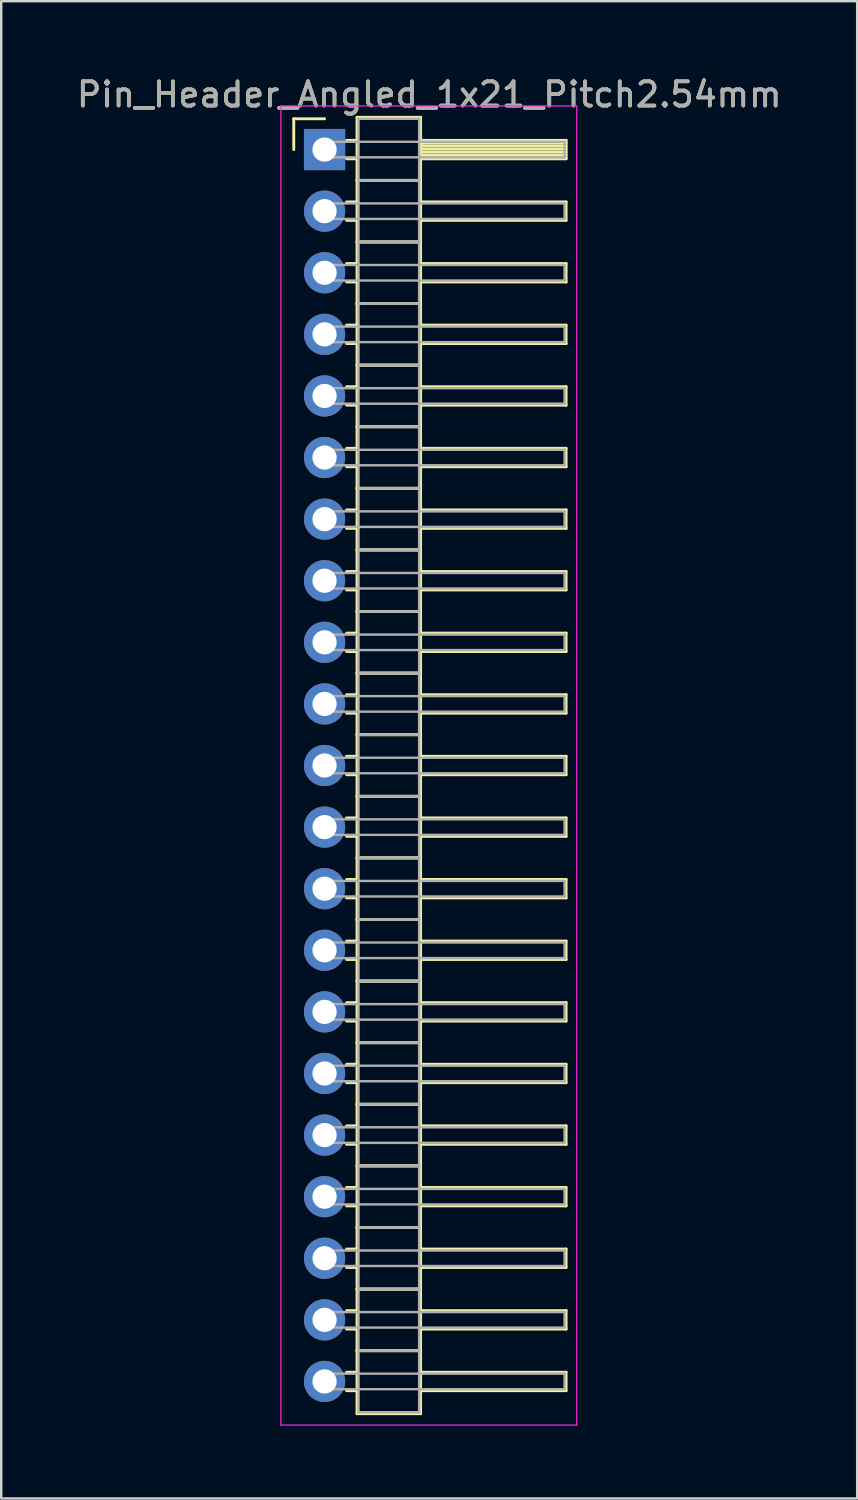
<source format=kicad_pcb>
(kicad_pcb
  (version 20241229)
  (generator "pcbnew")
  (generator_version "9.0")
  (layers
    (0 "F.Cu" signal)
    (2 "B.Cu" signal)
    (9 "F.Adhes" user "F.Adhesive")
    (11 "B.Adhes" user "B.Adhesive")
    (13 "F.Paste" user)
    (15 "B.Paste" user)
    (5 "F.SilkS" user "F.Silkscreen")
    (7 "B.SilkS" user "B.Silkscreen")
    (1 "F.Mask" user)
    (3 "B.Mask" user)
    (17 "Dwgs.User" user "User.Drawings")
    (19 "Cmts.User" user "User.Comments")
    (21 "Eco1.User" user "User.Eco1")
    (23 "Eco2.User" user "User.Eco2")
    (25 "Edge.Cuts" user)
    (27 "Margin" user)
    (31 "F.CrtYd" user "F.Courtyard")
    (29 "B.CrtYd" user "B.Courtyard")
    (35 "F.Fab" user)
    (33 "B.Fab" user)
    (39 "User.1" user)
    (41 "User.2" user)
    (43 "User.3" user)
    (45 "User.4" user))
  (footprint "Pin_Header_Angled_1x21_Pitch2.54mm"
    (layer "F.Cu")
    (at 10.334 3.118)
    (property "Reference" "Pin_Header_Angled_1x21_Pitch2.54mm" (at 4.315 -2.27 0) (layer "F.SilkS") (effects (font (size 1 1) (thickness 0.15))))
    (attr through_hole)
    (fp_line (start -1.27 -1.27) (end 0 -1.27) (stroke (width 0.12) (type solid)) (layer "F.SilkS"))
    (fp_line (start -1.27 0) (end -1.27 -1.27) (stroke (width 0.12) (type solid)) (layer "F.SilkS"))
    (fp_line (start 0.91 -0.38) (end 1.34 -0.38) (stroke (width 0.12) (type solid)) (layer "F.SilkS"))
    (fp_line (start 0.91 0.38) (end 1.34 0.38) (stroke (width 0.12) (type solid)) (layer "F.SilkS"))
    (fp_line (start 0.91 2.16) (end 1.34 2.16) (stroke (width 0.12) (type solid)) (layer "F.SilkS"))
    (fp_line (start 0.91 2.92) (end 1.34 2.92) (stroke (width 0.12) (type solid)) (layer "F.SilkS"))
    (fp_line (start 0.91 4.7) (end 1.34 4.7) (stroke (width 0.12) (type solid)) (layer "F.SilkS"))
    (fp_line (start 0.91 5.46) (end 1.34 5.46) (stroke (width 0.12) (type solid)) (layer "F.SilkS"))
    (fp_line (start 0.91 7.24) (end 1.34 7.24) (stroke (width 0.12) (type solid)) (layer "F.SilkS"))
    (fp_line (start 0.91 8) (end 1.34 8) (stroke (width 0.12) (type solid)) (layer "F.SilkS"))
    (fp_line (start 0.91 9.78) (end 1.34 9.78) (stroke (width 0.12) (type solid)) (layer "F.SilkS"))
    (fp_line (start 0.91 10.54) (end 1.34 10.54) (stroke (width 0.12) (type solid)) (layer "F.SilkS"))
    (fp_line (start 0.91 12.32) (end 1.34 12.32) (stroke (width 0.12) (type solid)) (layer "F.SilkS"))
    (fp_line (start 0.91 13.08) (end 1.34 13.08) (stroke (width 0.12) (type solid)) (layer "F.SilkS"))
    (fp_line (start 0.91 14.86) (end 1.34 14.86) (stroke (width 0.12) (type solid)) (layer "F.SilkS"))
    (fp_line (start 0.91 15.62) (end 1.34 15.62) (stroke (width 0.12) (type solid)) (layer "F.SilkS"))
    (fp_line (start 0.91 17.4) (end 1.34 17.4) (stroke (width 0.12) (type solid)) (layer "F.SilkS"))
    (fp_line (start 0.91 18.16) (end 1.34 18.16) (stroke (width 0.12) (type solid)) (layer "F.SilkS"))
    (fp_line (start 0.91 19.94) (end 1.34 19.94) (stroke (width 0.12) (type solid)) (layer "F.SilkS"))
    (fp_line (start 0.91 20.7) (end 1.34 20.7) (stroke (width 0.12) (type solid)) (layer "F.SilkS"))
    (fp_line (start 0.91 22.48) (end 1.34 22.48) (stroke (width 0.12) (type solid)) (layer "F.SilkS"))
    (fp_line (start 0.91 23.24) (end 1.34 23.24) (stroke (width 0.12) (type solid)) (layer "F.SilkS"))
    (fp_line (start 0.91 25.02) (end 1.34 25.02) (stroke (width 0.12) (type solid)) (layer "F.SilkS"))
    (fp_line (start 0.91 25.78) (end 1.34 25.78) (stroke (width 0.12) (type solid)) (layer "F.SilkS"))
    (fp_line (start 0.91 27.56) (end 1.34 27.56) (stroke (width 0.12) (type solid)) (layer "F.SilkS"))
    (fp_line (start 0.91 28.32) (end 1.34 28.32) (stroke (width 0.12) (type solid)) (layer "F.SilkS"))
    (fp_line (start 0.91 30.1) (end 1.34 30.1) (stroke (width 0.12) (type solid)) (layer "F.SilkS"))
    (fp_line (start 0.91 30.86) (end 1.34 30.86) (stroke (width 0.12) (type solid)) (layer "F.SilkS"))
    (fp_line (start 0.91 32.64) (end 1.34 32.64) (stroke (width 0.12) (type solid)) (layer "F.SilkS"))
    (fp_line (start 0.91 33.4) (end 1.34 33.4) (stroke (width 0.12) (type solid)) (layer "F.SilkS"))
    (fp_line (start 0.91 35.18) (end 1.34 35.18) (stroke (width 0.12) (type solid)) (layer "F.SilkS"))
    (fp_line (start 0.91 35.94) (end 1.34 35.94) (stroke (width 0.12) (type solid)) (layer "F.SilkS"))
    (fp_line (start 0.91 37.72) (end 1.34 37.72) (stroke (width 0.12) (type solid)) (layer "F.SilkS"))
    (fp_line (start 0.91 38.48) (end 1.34 38.48) (stroke (width 0.12) (type solid)) (layer "F.SilkS"))
    (fp_line (start 0.91 40.26) (end 1.34 40.26) (stroke (width 0.12) (type solid)) (layer "F.SilkS"))
    (fp_line (start 0.91 41.02) (end 1.34 41.02) (stroke (width 0.12) (type solid)) (layer "F.SilkS"))
    (fp_line (start 0.91 42.8) (end 1.34 42.8) (stroke (width 0.12) (type solid)) (layer "F.SilkS"))
    (fp_line (start 0.91 43.56) (end 1.34 43.56) (stroke (width 0.12) (type solid)) (layer "F.SilkS"))
    (fp_line (start 0.91 45.34) (end 1.34 45.34) (stroke (width 0.12) (type solid)) (layer "F.SilkS"))
    (fp_line (start 0.91 46.1) (end 1.34 46.1) (stroke (width 0.12) (type solid)) (layer "F.SilkS"))
    (fp_line (start 0.91 47.88) (end 1.34 47.88) (stroke (width 0.12) (type solid)) (layer "F.SilkS"))
    (fp_line (start 0.91 48.64) (end 1.34 48.64) (stroke (width 0.12) (type solid)) (layer "F.SilkS"))
    (fp_line (start 0.91 50.42) (end 1.34 50.42) (stroke (width 0.12) (type solid)) (layer "F.SilkS"))
    (fp_line (start 0.91 51.18) (end 1.34 51.18) (stroke (width 0.12) (type solid)) (layer "F.SilkS"))
    (fp_line (start 1.34 -1.33) (end 1.34 1.27) (stroke (width 0.12) (type solid)) (layer "F.SilkS"))
    (fp_line (start 1.34 1.27) (end 1.34 3.81) (stroke (width 0.12) (type solid)) (layer "F.SilkS"))
    (fp_line (start 1.34 1.27) (end 3.96 1.27) (stroke (width 0.12) (type solid)) (layer "F.SilkS"))
    (fp_line (start 1.34 3.81) (end 1.34 6.35) (stroke (width 0.12) (type solid)) (layer "F.SilkS"))
    (fp_line (start 1.34 3.81) (end 3.96 3.81) (stroke (width 0.12) (type solid)) (layer "F.SilkS"))
    (fp_line (start 1.34 6.35) (end 1.34 8.89) (stroke (width 0.12) (type solid)) (layer "F.SilkS"))
    (fp_line (start 1.34 6.35) (end 3.96 6.35) (stroke (width 0.12) (type solid)) (layer "F.SilkS"))
    (fp_line (start 1.34 8.89) (end 1.34 11.43) (stroke (width 0.12) (type solid)) (layer "F.SilkS"))
    (fp_line (start 1.34 8.89) (end 3.96 8.89) (stroke (width 0.12) (type solid)) (layer "F.SilkS"))
    (fp_line (start 1.34 11.43) (end 1.34 13.97) (stroke (width 0.12) (type solid)) (layer "F.SilkS"))
    (fp_line (start 1.34 11.43) (end 3.96 11.43) (stroke (width 0.12) (type solid)) (layer "F.SilkS"))
    (fp_line (start 1.34 13.97) (end 1.34 16.51) (stroke (width 0.12) (type solid)) (layer "F.SilkS"))
    (fp_line (start 1.34 13.97) (end 3.96 13.97) (stroke (width 0.12) (type solid)) (layer "F.SilkS"))
    (fp_line (start 1.34 16.51) (end 1.34 19.05) (stroke (width 0.12) (type solid)) (layer "F.SilkS"))
    (fp_line (start 1.34 16.51) (end 3.96 16.51) (stroke (width 0.12) (type solid)) (layer "F.SilkS"))
    (fp_line (start 1.34 19.05) (end 1.34 21.59) (stroke (width 0.12) (type solid)) (layer "F.SilkS"))
    (fp_line (start 1.34 19.05) (end 3.96 19.05) (stroke (width 0.12) (type solid)) (layer "F.SilkS"))
    (fp_line (start 1.34 21.59) (end 1.34 24.13) (stroke (width 0.12) (type solid)) (layer "F.SilkS"))
    (fp_line (start 1.34 21.59) (end 3.96 21.59) (stroke (width 0.12) (type solid)) (layer "F.SilkS"))
    (fp_line (start 1.34 24.13) (end 1.34 26.67) (stroke (width 0.12) (type solid)) (layer "F.SilkS"))
    (fp_line (start 1.34 24.13) (end 3.96 24.13) (stroke (width 0.12) (type solid)) (layer "F.SilkS"))
    (fp_line (start 1.34 26.67) (end 1.34 29.21) (stroke (width 0.12) (type solid)) (layer "F.SilkS"))
    (fp_line (start 1.34 26.67) (end 3.96 26.67) (stroke (width 0.12) (type solid)) (layer "F.SilkS"))
    (fp_line (start 1.34 29.21) (end 1.34 31.75) (stroke (width 0.12) (type solid)) (layer "F.SilkS"))
    (fp_line (start 1.34 29.21) (end 3.96 29.21) (stroke (width 0.12) (type solid)) (layer "F.SilkS"))
    (fp_line (start 1.34 31.75) (end 1.34 34.29) (stroke (width 0.12) (type solid)) (layer "F.SilkS"))
    (fp_line (start 1.34 31.75) (end 3.96 31.75) (stroke (width 0.12) (type solid)) (layer "F.SilkS"))
    (fp_line (start 1.34 34.29) (end 1.34 36.83) (stroke (width 0.12) (type solid)) (layer "F.SilkS"))
    (fp_line (start 1.34 34.29) (end 3.96 34.29) (stroke (width 0.12) (type solid)) (layer "F.SilkS"))
    (fp_line (start 1.34 36.83) (end 1.34 39.37) (stroke (width 0.12) (type solid)) (layer "F.SilkS"))
    (fp_line (start 1.34 36.83) (end 3.96 36.83) (stroke (width 0.12) (type solid)) (layer "F.SilkS"))
    (fp_line (start 1.34 39.37) (end 1.34 41.91) (stroke (width 0.12) (type solid)) (layer "F.SilkS"))
    (fp_line (start 1.34 39.37) (end 3.96 39.37) (stroke (width 0.12) (type solid)) (layer "F.SilkS"))
    (fp_line (start 1.34 41.91) (end 1.34 44.45) (stroke (width 0.12) (type solid)) (layer "F.SilkS"))
    (fp_line (start 1.34 41.91) (end 3.96 41.91) (stroke (width 0.12) (type solid)) (layer "F.SilkS"))
    (fp_line (start 1.34 44.45) (end 1.34 46.99) (stroke (width 0.12) (type solid)) (layer "F.SilkS"))
    (fp_line (start 1.34 44.45) (end 3.96 44.45) (stroke (width 0.12) (type solid)) (layer "F.SilkS"))
    (fp_line (start 1.34 46.99) (end 1.34 49.53) (stroke (width 0.12) (type solid)) (layer "F.SilkS"))
    (fp_line (start 1.34 46.99) (end 3.96 46.99) (stroke (width 0.12) (type solid)) (layer "F.SilkS"))
    (fp_line (start 1.34 49.53) (end 1.34 52.13) (stroke (width 0.12) (type solid)) (layer "F.SilkS"))
    (fp_line (start 1.34 49.53) (end 3.96 49.53) (stroke (width 0.12) (type solid)) (layer "F.SilkS"))
    (fp_line (start 1.34 52.13) (end 3.96 52.13) (stroke (width 0.12) (type solid)) (layer "F.SilkS"))
    (fp_line (start 3.96 -1.33) (end 1.34 -1.33) (stroke (width 0.12) (type solid)) (layer "F.SilkS"))
    (fp_line (start 3.96 -0.38) (end 3.96 0.38) (stroke (width 0.12) (type solid)) (layer "F.SilkS"))
    (fp_line (start 3.96 -0.26) (end 9.96 -0.26) (stroke (width 0.12) (type solid)) (layer "F.SilkS"))
    (fp_line (start 3.96 -0.14) (end 9.96 -0.14) (stroke (width 0.12) (type solid)) (layer "F.SilkS"))
    (fp_line (start 3.96 -0.02) (end 9.96 -0.02) (stroke (width 0.12) (type solid)) (layer "F.SilkS"))
    (fp_line (start 3.96 0.1) (end 9.96 0.1) (stroke (width 0.12) (type solid)) (layer "F.SilkS"))
    (fp_line (start 3.96 0.22) (end 9.96 0.22) (stroke (width 0.12) (type solid)) (layer "F.SilkS"))
    (fp_line (start 3.96 0.34) (end 9.96 0.34) (stroke (width 0.12) (type solid)) (layer "F.SilkS"))
    (fp_line (start 3.96 0.38) (end 9.96 0.38) (stroke (width 0.12) (type solid)) (layer "F.SilkS"))
    (fp_line (start 3.96 1.27) (end 1.34 1.27) (stroke (width 0.12) (type solid)) (layer "F.SilkS"))
    (fp_line (start 3.96 1.27) (end 3.96 -1.33) (stroke (width 0.12) (type solid)) (layer "F.SilkS"))
    (fp_line (start 3.96 2.16) (end 3.96 2.92) (stroke (width 0.12) (type solid)) (layer "F.SilkS"))
    (fp_line (start 3.96 2.92) (end 9.96 2.92) (stroke (width 0.12) (type solid)) (layer "F.SilkS"))
    (fp_line (start 3.96 3.81) (end 1.34 3.81) (stroke (width 0.12) (type solid)) (layer "F.SilkS"))
    (fp_line (start 3.96 3.81) (end 3.96 1.27) (stroke (width 0.12) (type solid)) (layer "F.SilkS"))
    (fp_line (start 3.96 4.7) (end 3.96 5.46) (stroke (width 0.12) (type solid)) (layer "F.SilkS"))
    (fp_line (start 3.96 5.46) (end 9.96 5.46) (stroke (width 0.12) (type solid)) (layer "F.SilkS"))
    (fp_line (start 3.96 6.35) (end 1.34 6.35) (stroke (width 0.12) (type solid)) (layer "F.SilkS"))
    (fp_line (start 3.96 6.35) (end 3.96 3.81) (stroke (width 0.12) (type solid)) (layer "F.SilkS"))
    (fp_line (start 3.96 7.24) (end 3.96 8) (stroke (width 0.12) (type solid)) (layer "F.SilkS"))
    (fp_line (start 3.96 8) (end 9.96 8) (stroke (width 0.12) (type solid)) (layer "F.SilkS"))
    (fp_line (start 3.96 8.89) (end 1.34 8.89) (stroke (width 0.12) (type solid)) (layer "F.SilkS"))
    (fp_line (start 3.96 8.89) (end 3.96 6.35) (stroke (width 0.12) (type solid)) (layer "F.SilkS"))
    (fp_line (start 3.96 9.78) (end 3.96 10.54) (stroke (width 0.12) (type solid)) (layer "F.SilkS"))
    (fp_line (start 3.96 10.54) (end 9.96 10.54) (stroke (width 0.12) (type solid)) (layer "F.SilkS"))
    (fp_line (start 3.96 11.43) (end 1.34 11.43) (stroke (width 0.12) (type solid)) (layer "F.SilkS"))
    (fp_line (start 3.96 11.43) (end 3.96 8.89) (stroke (width 0.12) (type solid)) (layer "F.SilkS"))
    (fp_line (start 3.96 12.32) (end 3.96 13.08) (stroke (width 0.12) (type solid)) (layer "F.SilkS"))
    (fp_line (start 3.96 13.08) (end 9.96 13.08) (stroke (width 0.12) (type solid)) (layer "F.SilkS"))
    (fp_line (start 3.96 13.97) (end 1.34 13.97) (stroke (width 0.12) (type solid)) (layer "F.SilkS"))
    (fp_line (start 3.96 13.97) (end 3.96 11.43) (stroke (width 0.12) (type solid)) (layer "F.SilkS"))
    (fp_line (start 3.96 14.86) (end 3.96 15.62) (stroke (width 0.12) (type solid)) (layer "F.SilkS"))
    (fp_line (start 3.96 15.62) (end 9.96 15.62) (stroke (width 0.12) (type solid)) (layer "F.SilkS"))
    (fp_line (start 3.96 16.51) (end 1.34 16.51) (stroke (width 0.12) (type solid)) (layer "F.SilkS"))
    (fp_line (start 3.96 16.51) (end 3.96 13.97) (stroke (width 0.12) (type solid)) (layer "F.SilkS"))
    (fp_line (start 3.96 17.4) (end 3.96 18.16) (stroke (width 0.12) (type solid)) (layer "F.SilkS"))
    (fp_line (start 3.96 18.16) (end 9.96 18.16) (stroke (width 0.12) (type solid)) (layer "F.SilkS"))
    (fp_line (start 3.96 19.05) (end 1.34 19.05) (stroke (width 0.12) (type solid)) (layer "F.SilkS"))
    (fp_line (start 3.96 19.05) (end 3.96 16.51) (stroke (width 0.12) (type solid)) (layer "F.SilkS"))
    (fp_line (start 3.96 19.94) (end 3.96 20.7) (stroke (width 0.12) (type solid)) (layer "F.SilkS"))
    (fp_line (start 3.96 20.7) (end 9.96 20.7) (stroke (width 0.12) (type solid)) (layer "F.SilkS"))
    (fp_line (start 3.96 21.59) (end 1.34 21.59) (stroke (width 0.12) (type solid)) (layer "F.SilkS"))
    (fp_line (start 3.96 21.59) (end 3.96 19.05) (stroke (width 0.12) (type solid)) (layer "F.SilkS"))
    (fp_line (start 3.96 22.48) (end 3.96 23.24) (stroke (width 0.12) (type solid)) (layer "F.SilkS"))
    (fp_line (start 3.96 23.24) (end 9.96 23.24) (stroke (width 0.12) (type solid)) (layer "F.SilkS"))
    (fp_line (start 3.96 24.13) (end 1.34 24.13) (stroke (width 0.12) (type solid)) (layer "F.SilkS"))
    (fp_line (start 3.96 24.13) (end 3.96 21.59) (stroke (width 0.12) (type solid)) (layer "F.SilkS"))
    (fp_line (start 3.96 25.02) (end 3.96 25.78) (stroke (width 0.12) (type solid)) (layer "F.SilkS"))
    (fp_line (start 3.96 25.78) (end 9.96 25.78) (stroke (width 0.12) (type solid)) (layer "F.SilkS"))
    (fp_line (start 3.96 26.67) (end 1.34 26.67) (stroke (width 0.12) (type solid)) (layer "F.SilkS"))
    (fp_line (start 3.96 26.67) (end 3.96 24.13) (stroke (width 0.12) (type solid)) (layer "F.SilkS"))
    (fp_line (start 3.96 27.56) (end 3.96 28.32) (stroke (width 0.12) (type solid)) (layer "F.SilkS"))
    (fp_line (start 3.96 28.32) (end 9.96 28.32) (stroke (width 0.12) (type solid)) (layer "F.SilkS"))
    (fp_line (start 3.96 29.21) (end 1.34 29.21) (stroke (width 0.12) (type solid)) (layer "F.SilkS"))
    (fp_line (start 3.96 29.21) (end 3.96 26.67) (stroke (width 0.12) (type solid)) (layer "F.SilkS"))
    (fp_line (start 3.96 30.1) (end 3.96 30.86) (stroke (width 0.12) (type solid)) (layer "F.SilkS"))
    (fp_line (start 3.96 30.86) (end 9.96 30.86) (stroke (width 0.12) (type solid)) (layer "F.SilkS"))
    (fp_line (start 3.96 31.75) (end 1.34 31.75) (stroke (width 0.12) (type solid)) (layer "F.SilkS"))
    (fp_line (start 3.96 31.75) (end 3.96 29.21) (stroke (width 0.12) (type solid)) (layer "F.SilkS"))
    (fp_line (start 3.96 32.64) (end 3.96 33.4) (stroke (width 0.12) (type solid)) (layer "F.SilkS"))
    (fp_line (start 3.96 33.4) (end 9.96 33.4) (stroke (width 0.12) (type solid)) (layer "F.SilkS"))
    (fp_line (start 3.96 34.29) (end 1.34 34.29) (stroke (width 0.12) (type solid)) (layer "F.SilkS"))
    (fp_line (start 3.96 34.29) (end 3.96 31.75) (stroke (width 0.12) (type solid)) (layer "F.SilkS"))
    (fp_line (start 3.96 35.18) (end 3.96 35.94) (stroke (width 0.12) (type solid)) (layer "F.SilkS"))
    (fp_line (start 3.96 35.94) (end 9.96 35.94) (stroke (width 0.12) (type solid)) (layer "F.SilkS"))
    (fp_line (start 3.96 36.83) (end 1.34 36.83) (stroke (width 0.12) (type solid)) (layer "F.SilkS"))
    (fp_line (start 3.96 36.83) (end 3.96 34.29) (stroke (width 0.12) (type solid)) (layer "F.SilkS"))
    (fp_line (start 3.96 37.72) (end 3.96 38.48) (stroke (width 0.12) (type solid)) (layer "F.SilkS"))
    (fp_line (start 3.96 38.48) (end 9.96 38.48) (stroke (width 0.12) (type solid)) (layer "F.SilkS"))
    (fp_line (start 3.96 39.37) (end 1.34 39.37) (stroke (width 0.12) (type solid)) (layer "F.SilkS"))
    (fp_line (start 3.96 39.37) (end 3.96 36.83) (stroke (width 0.12) (type solid)) (layer "F.SilkS"))
    (fp_line (start 3.96 40.26) (end 3.96 41.02) (stroke (width 0.12) (type solid)) (layer "F.SilkS"))
    (fp_line (start 3.96 41.02) (end 9.96 41.02) (stroke (width 0.12) (type solid)) (layer "F.SilkS"))
    (fp_line (start 3.96 41.91) (end 1.34 41.91) (stroke (width 0.12) (type solid)) (layer "F.SilkS"))
    (fp_line (start 3.96 41.91) (end 3.96 39.37) (stroke (width 0.12) (type solid)) (layer "F.SilkS"))
    (fp_line (start 3.96 42.8) (end 3.96 43.56) (stroke (width 0.12) (type solid)) (layer "F.SilkS"))
    (fp_line (start 3.96 43.56) (end 9.96 43.56) (stroke (width 0.12) (type solid)) (layer "F.SilkS"))
    (fp_line (start 3.96 44.45) (end 1.34 44.45) (stroke (width 0.12) (type solid)) (layer "F.SilkS"))
    (fp_line (start 3.96 44.45) (end 3.96 41.91) (stroke (width 0.12) (type solid)) (layer "F.SilkS"))
    (fp_line (start 3.96 45.34) (end 3.96 46.1) (stroke (width 0.12) (type solid)) (layer "F.SilkS"))
    (fp_line (start 3.96 46.1) (end 9.96 46.1) (stroke (width 0.12) (type solid)) (layer "F.SilkS"))
    (fp_line (start 3.96 46.99) (end 1.34 46.99) (stroke (width 0.12) (type solid)) (layer "F.SilkS"))
    (fp_line (start 3.96 46.99) (end 3.96 44.45) (stroke (width 0.12) (type solid)) (layer "F.SilkS"))
    (fp_line (start 3.96 47.88) (end 3.96 48.64) (stroke (width 0.12) (type solid)) (layer "F.SilkS"))
    (fp_line (start 3.96 48.64) (end 9.96 48.64) (stroke (width 0.12) (type solid)) (layer "F.SilkS"))
    (fp_line (start 3.96 49.53) (end 1.34 49.53) (stroke (width 0.12) (type solid)) (layer "F.SilkS"))
    (fp_line (start 3.96 49.53) (end 3.96 46.99) (stroke (width 0.12) (type solid)) (layer "F.SilkS"))
    (fp_line (start 3.96 50.42) (end 3.96 51.18) (stroke (width 0.12) (type solid)) (layer "F.SilkS"))
    (fp_line (start 3.96 51.18) (end 9.96 51.18) (stroke (width 0.12) (type solid)) (layer "F.SilkS"))
    (fp_line (start 3.96 52.13) (end 3.96 49.53) (stroke (width 0.12) (type solid)) (layer "F.SilkS"))
    (fp_line (start 9.96 -0.38) (end 3.96 -0.38) (stroke (width 0.12) (type solid)) (layer "F.SilkS"))
    (fp_line (start 9.96 0.38) (end 9.96 -0.38) (stroke (width 0.12) (type solid)) (layer "F.SilkS"))
    (fp_line (start 9.96 2.16) (end 3.96 2.16) (stroke (width 0.12) (type solid)) (layer "F.SilkS"))
    (fp_line (start 9.96 2.92) (end 9.96 2.16) (stroke (width 0.12) (type solid)) (layer "F.SilkS"))
    (fp_line (start 9.96 4.7) (end 3.96 4.7) (stroke (width 0.12) (type solid)) (layer "F.SilkS"))
    (fp_line (start 9.96 5.46) (end 9.96 4.7) (stroke (width 0.12) (type solid)) (layer "F.SilkS"))
    (fp_line (start 9.96 7.24) (end 3.96 7.24) (stroke (width 0.12) (type solid)) (layer "F.SilkS"))
    (fp_line (start 9.96 8) (end 9.96 7.24) (stroke (width 0.12) (type solid)) (layer "F.SilkS"))
    (fp_line (start 9.96 9.78) (end 3.96 9.78) (stroke (width 0.12) (type solid)) (layer "F.SilkS"))
    (fp_line (start 9.96 10.54) (end 9.96 9.78) (stroke (width 0.12) (type solid)) (layer "F.SilkS"))
    (fp_line (start 9.96 12.32) (end 3.96 12.32) (stroke (width 0.12) (type solid)) (layer "F.SilkS"))
    (fp_line (start 9.96 13.08) (end 9.96 12.32) (stroke (width 0.12) (type solid)) (layer "F.SilkS"))
    (fp_line (start 9.96 14.86) (end 3.96 14.86) (stroke (width 0.12) (type solid)) (layer "F.SilkS"))
    (fp_line (start 9.96 15.62) (end 9.96 14.86) (stroke (width 0.12) (type solid)) (layer "F.SilkS"))
    (fp_line (start 9.96 17.4) (end 3.96 17.4) (stroke (width 0.12) (type solid)) (layer "F.SilkS"))
    (fp_line (start 9.96 18.16) (end 9.96 17.4) (stroke (width 0.12) (type solid)) (layer "F.SilkS"))
    (fp_line (start 9.96 19.94) (end 3.96 19.94) (stroke (width 0.12) (type solid)) (layer "F.SilkS"))
    (fp_line (start 9.96 20.7) (end 9.96 19.94) (stroke (width 0.12) (type solid)) (layer "F.SilkS"))
    (fp_line (start 9.96 22.48) (end 3.96 22.48) (stroke (width 0.12) (type solid)) (layer "F.SilkS"))
    (fp_line (start 9.96 23.24) (end 9.96 22.48) (stroke (width 0.12) (type solid)) (layer "F.SilkS"))
    (fp_line (start 9.96 25.02) (end 3.96 25.02) (stroke (width 0.12) (type solid)) (layer "F.SilkS"))
    (fp_line (start 9.96 25.78) (end 9.96 25.02) (stroke (width 0.12) (type solid)) (layer "F.SilkS"))
    (fp_line (start 9.96 27.56) (end 3.96 27.56) (stroke (width 0.12) (type solid)) (layer "F.SilkS"))
    (fp_line (start 9.96 28.32) (end 9.96 27.56) (stroke (width 0.12) (type solid)) (layer "F.SilkS"))
    (fp_line (start 9.96 30.1) (end 3.96 30.1) (stroke (width 0.12) (type solid)) (layer "F.SilkS"))
    (fp_line (start 9.96 30.86) (end 9.96 30.1) (stroke (width 0.12) (type solid)) (layer "F.SilkS"))
    (fp_line (start 9.96 32.64) (end 3.96 32.64) (stroke (width 0.12) (type solid)) (layer "F.SilkS"))
    (fp_line (start 9.96 33.4) (end 9.96 32.64) (stroke (width 0.12) (type solid)) (layer "F.SilkS"))
    (fp_line (start 9.96 35.18) (end 3.96 35.18) (stroke (width 0.12) (type solid)) (layer "F.SilkS"))
    (fp_line (start 9.96 35.94) (end 9.96 35.18) (stroke (width 0.12) (type solid)) (layer "F.SilkS"))
    (fp_line (start 9.96 37.72) (end 3.96 37.72) (stroke (width 0.12) (type solid)) (layer "F.SilkS"))
    (fp_line (start 9.96 38.48) (end 9.96 37.72) (stroke (width 0.12) (type solid)) (layer "F.SilkS"))
    (fp_line (start 9.96 40.26) (end 3.96 40.26) (stroke (width 0.12) (type solid)) (layer "F.SilkS"))
    (fp_line (start 9.96 41.02) (end 9.96 40.26) (stroke (width 0.12) (type solid)) (layer "F.SilkS"))
    (fp_line (start 9.96 42.8) (end 3.96 42.8) (stroke (width 0.12) (type solid)) (layer "F.SilkS"))
    (fp_line (start 9.96 43.56) (end 9.96 42.8) (stroke (width 0.12) (type solid)) (layer "F.SilkS"))
    (fp_line (start 9.96 45.34) (end 3.96 45.34) (stroke (width 0.12) (type solid)) (layer "F.SilkS"))
    (fp_line (start 9.96 46.1) (end 9.96 45.34) (stroke (width 0.12) (type solid)) (layer "F.SilkS"))
    (fp_line (start 9.96 47.88) (end 3.96 47.88) (stroke (width 0.12) (type solid)) (layer "F.SilkS"))
    (fp_line (start 9.96 48.64) (end 9.96 47.88) (stroke (width 0.12) (type solid)) (layer "F.SilkS"))
    (fp_line (start 9.96 50.42) (end 3.96 50.42) (stroke (width 0.12) (type solid)) (layer "F.SilkS"))
    (fp_line (start 9.96 51.18) (end 9.96 50.42) (stroke (width 0.12) (type solid)) (layer "F.SilkS"))
    (fp_line (start -1.8 -1.8) (end -1.8 52.6) (stroke (width 0.05) (type solid)) (layer "F.CrtYd"))
    (fp_line (start -1.8 52.6) (end 10.4 52.6) (stroke (width 0.05) (type solid)) (layer "F.CrtYd"))
    (fp_line (start 10.4 -1.8) (end -1.8 -1.8) (stroke (width 0.05) (type solid)) (layer "F.CrtYd"))
    (fp_line (start 10.4 52.6) (end 10.4 -1.8) (stroke (width 0.05) (type solid)) (layer "F.CrtYd"))
    (fp_line (start 0 -0.32) (end 0 0.32) (stroke (width 0.1) (type solid)) (layer "F.Fab"))
    (fp_line (start 0 0.32) (end 9.9 0.32) (stroke (width 0.1) (type solid)) (layer "F.Fab"))
    (fp_line (start 0 2.22) (end 0 2.86) (stroke (width 0.1) (type solid)) (layer "F.Fab"))
    (fp_line (start 0 2.86) (end 9.9 2.86) (stroke (width 0.1) (type solid)) (layer "F.Fab"))
    (fp_line (start 0 4.76) (end 0 5.4) (stroke (width 0.1) (type solid)) (layer "F.Fab"))
    (fp_line (start 0 5.4) (end 9.9 5.4) (stroke (width 0.1) (type solid)) (layer "F.Fab"))
    (fp_line (start 0 7.3) (end 0 7.94) (stroke (width 0.1) (type solid)) (layer "F.Fab"))
    (fp_line (start 0 7.94) (end 9.9 7.94) (stroke (width 0.1) (type solid)) (layer "F.Fab"))
    (fp_line (start 0 9.84) (end 0 10.48) (stroke (width 0.1) (type solid)) (layer "F.Fab"))
    (fp_line (start 0 10.48) (end 9.9 10.48) (stroke (width 0.1) (type solid)) (layer "F.Fab"))
    (fp_line (start 0 12.38) (end 0 13.02) (stroke (width 0.1) (type solid)) (layer "F.Fab"))
    (fp_line (start 0 13.02) (end 9.9 13.02) (stroke (width 0.1) (type solid)) (layer "F.Fab"))
    (fp_line (start 0 14.92) (end 0 15.56) (stroke (width 0.1) (type solid)) (layer "F.Fab"))
    (fp_line (start 0 15.56) (end 9.9 15.56) (stroke (width 0.1) (type solid)) (layer "F.Fab"))
    (fp_line (start 0 17.46) (end 0 18.1) (stroke (width 0.1) (type solid)) (layer "F.Fab"))
    (fp_line (start 0 18.1) (end 9.9 18.1) (stroke (width 0.1) (type solid)) (layer "F.Fab"))
    (fp_line (start 0 20) (end 0 20.64) (stroke (width 0.1) (type solid)) (layer "F.Fab"))
    (fp_line (start 0 20.64) (end 9.9 20.64) (stroke (width 0.1) (type solid)) (layer "F.Fab"))
    (fp_line (start 0 22.54) (end 0 23.18) (stroke (width 0.1) (type solid)) (layer "F.Fab"))
    (fp_line (start 0 23.18) (end 9.9 23.18) (stroke (width 0.1) (type solid)) (layer "F.Fab"))
    (fp_line (start 0 25.08) (end 0 25.72) (stroke (width 0.1) (type solid)) (layer "F.Fab"))
    (fp_line (start 0 25.72) (end 9.9 25.72) (stroke (width 0.1) (type solid)) (layer "F.Fab"))
    (fp_line (start 0 27.62) (end 0 28.26) (stroke (width 0.1) (type solid)) (layer "F.Fab"))
    (fp_line (start 0 28.26) (end 9.9 28.26) (stroke (width 0.1) (type solid)) (layer "F.Fab"))
    (fp_line (start 0 30.16) (end 0 30.8) (stroke (width 0.1) (type solid)) (layer "F.Fab"))
    (fp_line (start 0 30.8) (end 9.9 30.8) (stroke (width 0.1) (type solid)) (layer "F.Fab"))
    (fp_line (start 0 32.7) (end 0 33.34) (stroke (width 0.1) (type solid)) (layer "F.Fab"))
    (fp_line (start 0 33.34) (end 9.9 33.34) (stroke (width 0.1) (type solid)) (layer "F.Fab"))
    (fp_line (start 0 35.24) (end 0 35.88) (stroke (width 0.1) (type solid)) (layer "F.Fab"))
    (fp_line (start 0 35.88) (end 9.9 35.88) (stroke (width 0.1) (type solid)) (layer "F.Fab"))
    (fp_line (start 0 37.78) (end 0 38.42) (stroke (width 0.1) (type solid)) (layer "F.Fab"))
    (fp_line (start 0 38.42) (end 9.9 38.42) (stroke (width 0.1) (type solid)) (layer "F.Fab"))
    (fp_line (start 0 40.32) (end 0 40.96) (stroke (width 0.1) (type solid)) (layer "F.Fab"))
    (fp_line (start 0 40.96) (end 9.9 40.96) (stroke (width 0.1) (type solid)) (layer "F.Fab"))
    (fp_line (start 0 42.86) (end 0 43.5) (stroke (width 0.1) (type solid)) (layer "F.Fab"))
    (fp_line (start 0 43.5) (end 9.9 43.5) (stroke (width 0.1) (type solid)) (layer "F.Fab"))
    (fp_line (start 0 45.4) (end 0 46.04) (stroke (width 0.1) (type solid)) (layer "F.Fab"))
    (fp_line (start 0 46.04) (end 9.9 46.04) (stroke (width 0.1) (type solid)) (layer "F.Fab"))
    (fp_line (start 0 47.94) (end 0 48.58) (stroke (width 0.1) (type solid)) (layer "F.Fab"))
    (fp_line (start 0 48.58) (end 9.9 48.58) (stroke (width 0.1) (type solid)) (layer "F.Fab"))
    (fp_line (start 0 50.48) (end 0 51.12) (stroke (width 0.1) (type solid)) (layer "F.Fab"))
    (fp_line (start 0 51.12) (end 9.9 51.12) (stroke (width 0.1) (type solid)) (layer "F.Fab"))
    (fp_line (start 1.4 -1.27) (end 1.4 1.27) (stroke (width 0.1) (type solid)) (layer "F.Fab"))
    (fp_line (start 1.4 1.27) (end 1.4 3.81) (stroke (width 0.1) (type solid)) (layer "F.Fab"))
    (fp_line (start 1.4 1.27) (end 3.9 1.27) (stroke (width 0.1) (type solid)) (layer "F.Fab"))
    (fp_line (start 1.4 3.81) (end 1.4 6.35) (stroke (width 0.1) (type solid)) (layer "F.Fab"))
    (fp_line (start 1.4 3.81) (end 3.9 3.81) (stroke (width 0.1) (type solid)) (layer "F.Fab"))
    (fp_line (start 1.4 6.35) (end 1.4 8.89) (stroke (width 0.1) (type solid)) (layer "F.Fab"))
    (fp_line (start 1.4 6.35) (end 3.9 6.35) (stroke (width 0.1) (type solid)) (layer "F.Fab"))
    (fp_line (start 1.4 8.89) (end 1.4 11.43) (stroke (width 0.1) (type solid)) (layer "F.Fab"))
    (fp_line (start 1.4 8.89) (end 3.9 8.89) (stroke (width 0.1) (type solid)) (layer "F.Fab"))
    (fp_line (start 1.4 11.43) (end 1.4 13.97) (stroke (width 0.1) (type solid)) (layer "F.Fab"))
    (fp_line (start 1.4 11.43) (end 3.9 11.43) (stroke (width 0.1) (type solid)) (layer "F.Fab"))
    (fp_line (start 1.4 13.97) (end 1.4 16.51) (stroke (width 0.1) (type solid)) (layer "F.Fab"))
    (fp_line (start 1.4 13.97) (end 3.9 13.97) (stroke (width 0.1) (type solid)) (layer "F.Fab"))
    (fp_line (start 1.4 16.51) (end 1.4 19.05) (stroke (width 0.1) (type solid)) (layer "F.Fab"))
    (fp_line (start 1.4 16.51) (end 3.9 16.51) (stroke (width 0.1) (type solid)) (layer "F.Fab"))
    (fp_line (start 1.4 19.05) (end 1.4 21.59) (stroke (width 0.1) (type solid)) (layer "F.Fab"))
    (fp_line (start 1.4 19.05) (end 3.9 19.05) (stroke (width 0.1) (type solid)) (layer "F.Fab"))
    (fp_line (start 1.4 21.59) (end 1.4 24.13) (stroke (width 0.1) (type solid)) (layer "F.Fab"))
    (fp_line (start 1.4 21.59) (end 3.9 21.59) (stroke (width 0.1) (type solid)) (layer "F.Fab"))
    (fp_line (start 1.4 24.13) (end 1.4 26.67) (stroke (width 0.1) (type solid)) (layer "F.Fab"))
    (fp_line (start 1.4 24.13) (end 3.9 24.13) (stroke (width 0.1) (type solid)) (layer "F.Fab"))
    (fp_line (start 1.4 26.67) (end 1.4 29.21) (stroke (width 0.1) (type solid)) (layer "F.Fab"))
    (fp_line (start 1.4 26.67) (end 3.9 26.67) (stroke (width 0.1) (type solid)) (layer "F.Fab"))
    (fp_line (start 1.4 29.21) (end 1.4 31.75) (stroke (width 0.1) (type solid)) (layer "F.Fab"))
    (fp_line (start 1.4 29.21) (end 3.9 29.21) (stroke (width 0.1) (type solid)) (layer "F.Fab"))
    (fp_line (start 1.4 31.75) (end 1.4 34.29) (stroke (width 0.1) (type solid)) (layer "F.Fab"))
    (fp_line (start 1.4 31.75) (end 3.9 31.75) (stroke (width 0.1) (type solid)) (layer "F.Fab"))
    (fp_line (start 1.4 34.29) (end 1.4 36.83) (stroke (width 0.1) (type solid)) (layer "F.Fab"))
    (fp_line (start 1.4 34.29) (end 3.9 34.29) (stroke (width 0.1) (type solid)) (layer "F.Fab"))
    (fp_line (start 1.4 36.83) (end 1.4 39.37) (stroke (width 0.1) (type solid)) (layer "F.Fab"))
    (fp_line (start 1.4 36.83) (end 3.9 36.83) (stroke (width 0.1) (type solid)) (layer "F.Fab"))
    (fp_line (start 1.4 39.37) (end 1.4 41.91) (stroke (width 0.1) (type solid)) (layer "F.Fab"))
    (fp_line (start 1.4 39.37) (end 3.9 39.37) (stroke (width 0.1) (type solid)) (layer "F.Fab"))
    (fp_line (start 1.4 41.91) (end 1.4 44.45) (stroke (width 0.1) (type solid)) (layer "F.Fab"))
    (fp_line (start 1.4 41.91) (end 3.9 41.91) (stroke (width 0.1) (type solid)) (layer "F.Fab"))
    (fp_line (start 1.4 44.45) (end 1.4 46.99) (stroke (width 0.1) (type solid)) (layer "F.Fab"))
    (fp_line (start 1.4 44.45) (end 3.9 44.45) (stroke (width 0.1) (type solid)) (layer "F.Fab"))
    (fp_line (start 1.4 46.99) (end 1.4 49.53) (stroke (width 0.1) (type solid)) (layer "F.Fab"))
    (fp_line (start 1.4 46.99) (end 3.9 46.99) (stroke (width 0.1) (type solid)) (layer "F.Fab"))
    (fp_line (start 1.4 49.53) (end 1.4 52.07) (stroke (width 0.1) (type solid)) (layer "F.Fab"))
    (fp_line (start 1.4 49.53) (end 3.9 49.53) (stroke (width 0.1) (type solid)) (layer "F.Fab"))
    (fp_line (start 1.4 52.07) (end 3.9 52.07) (stroke (width 0.1) (type solid)) (layer "F.Fab"))
    (fp_line (start 3.9 -1.27) (end 1.4 -1.27) (stroke (width 0.1) (type solid)) (layer "F.Fab"))
    (fp_line (start 3.9 1.27) (end 1.4 1.27) (stroke (width 0.1) (type solid)) (layer "F.Fab"))
    (fp_line (start 3.9 1.27) (end 3.9 -1.27) (stroke (width 0.1) (type solid)) (layer "F.Fab"))
    (fp_line (start 3.9 3.81) (end 1.4 3.81) (stroke (width 0.1) (type solid)) (layer "F.Fab"))
    (fp_line (start 3.9 3.81) (end 3.9 1.27) (stroke (width 0.1) (type solid)) (layer "F.Fab"))
    (fp_line (start 3.9 6.35) (end 1.4 6.35) (stroke (width 0.1) (type solid)) (layer "F.Fab"))
    (fp_line (start 3.9 6.35) (end 3.9 3.81) (stroke (width 0.1) (type solid)) (layer "F.Fab"))
    (fp_line (start 3.9 8.89) (end 1.4 8.89) (stroke (width 0.1) (type solid)) (layer "F.Fab"))
    (fp_line (start 3.9 8.89) (end 3.9 6.35) (stroke (width 0.1) (type solid)) (layer "F.Fab"))
    (fp_line (start 3.9 11.43) (end 1.4 11.43) (stroke (width 0.1) (type solid)) (layer "F.Fab"))
    (fp_line (start 3.9 11.43) (end 3.9 8.89) (stroke (width 0.1) (type solid)) (layer "F.Fab"))
    (fp_line (start 3.9 13.97) (end 1.4 13.97) (stroke (width 0.1) (type solid)) (layer "F.Fab"))
    (fp_line (start 3.9 13.97) (end 3.9 11.43) (stroke (width 0.1) (type solid)) (layer "F.Fab"))
    (fp_line (start 3.9 16.51) (end 1.4 16.51) (stroke (width 0.1) (type solid)) (layer "F.Fab"))
    (fp_line (start 3.9 16.51) (end 3.9 13.97) (stroke (width 0.1) (type solid)) (layer "F.Fab"))
    (fp_line (start 3.9 19.05) (end 1.4 19.05) (stroke (width 0.1) (type solid)) (layer "F.Fab"))
    (fp_line (start 3.9 19.05) (end 3.9 16.51) (stroke (width 0.1) (type solid)) (layer "F.Fab"))
    (fp_line (start 3.9 21.59) (end 1.4 21.59) (stroke (width 0.1) (type solid)) (layer "F.Fab"))
    (fp_line (start 3.9 21.59) (end 3.9 19.05) (stroke (width 0.1) (type solid)) (layer "F.Fab"))
    (fp_line (start 3.9 24.13) (end 1.4 24.13) (stroke (width 0.1) (type solid)) (layer "F.Fab"))
    (fp_line (start 3.9 24.13) (end 3.9 21.59) (stroke (width 0.1) (type solid)) (layer "F.Fab"))
    (fp_line (start 3.9 26.67) (end 1.4 26.67) (stroke (width 0.1) (type solid)) (layer "F.Fab"))
    (fp_line (start 3.9 26.67) (end 3.9 24.13) (stroke (width 0.1) (type solid)) (layer "F.Fab"))
    (fp_line (start 3.9 29.21) (end 1.4 29.21) (stroke (width 0.1) (type solid)) (layer "F.Fab"))
    (fp_line (start 3.9 29.21) (end 3.9 26.67) (stroke (width 0.1) (type solid)) (layer "F.Fab"))
    (fp_line (start 3.9 31.75) (end 1.4 31.75) (stroke (width 0.1) (type solid)) (layer "F.Fab"))
    (fp_line (start 3.9 31.75) (end 3.9 29.21) (stroke (width 0.1) (type solid)) (layer "F.Fab"))
    (fp_line (start 3.9 34.29) (end 1.4 34.29) (stroke (width 0.1) (type solid)) (layer "F.Fab"))
    (fp_line (start 3.9 34.29) (end 3.9 31.75) (stroke (width 0.1) (type solid)) (layer "F.Fab"))
    (fp_line (start 3.9 36.83) (end 1.4 36.83) (stroke (width 0.1) (type solid)) (layer "F.Fab"))
    (fp_line (start 3.9 36.83) (end 3.9 34.29) (stroke (width 0.1) (type solid)) (layer "F.Fab"))
    (fp_line (start 3.9 39.37) (end 1.4 39.37) (stroke (width 0.1) (type solid)) (layer "F.Fab"))
    (fp_line (start 3.9 39.37) (end 3.9 36.83) (stroke (width 0.1) (type solid)) (layer "F.Fab"))
    (fp_line (start 3.9 41.91) (end 1.4 41.91) (stroke (width 0.1) (type solid)) (layer "F.Fab"))
    (fp_line (start 3.9 41.91) (end 3.9 39.37) (stroke (width 0.1) (type solid)) (layer "F.Fab"))
    (fp_line (start 3.9 44.45) (end 1.4 44.45) (stroke (width 0.1) (type solid)) (layer "F.Fab"))
    (fp_line (start 3.9 44.45) (end 3.9 41.91) (stroke (width 0.1) (type solid)) (layer "F.Fab"))
    (fp_line (start 3.9 46.99) (end 1.4 46.99) (stroke (width 0.1) (type solid)) (layer "F.Fab"))
    (fp_line (start 3.9 46.99) (end 3.9 44.45) (stroke (width 0.1) (type solid)) (layer "F.Fab"))
    (fp_line (start 3.9 49.53) (end 1.4 49.53) (stroke (width 0.1) (type solid)) (layer "F.Fab"))
    (fp_line (start 3.9 49.53) (end 3.9 46.99) (stroke (width 0.1) (type solid)) (layer "F.Fab"))
    (fp_line (start 3.9 52.07) (end 3.9 49.53) (stroke (width 0.1) (type solid)) (layer "F.Fab"))
    (fp_line (start 9.9 -0.32) (end 0 -0.32) (stroke (width 0.1) (type solid)) (layer "F.Fab"))
    (fp_line (start 9.9 0.32) (end 9.9 -0.32) (stroke (width 0.1) (type solid)) (layer "F.Fab"))
    (fp_line (start 9.9 2.22) (end 0 2.22) (stroke (width 0.1) (type solid)) (layer "F.Fab"))
    (fp_line (start 9.9 2.86) (end 9.9 2.22) (stroke (width 0.1) (type solid)) (layer "F.Fab"))
    (fp_line (start 9.9 4.76) (end 0 4.76) (stroke (width 0.1) (type solid)) (layer "F.Fab"))
    (fp_line (start 9.9 5.4) (end 9.9 4.76) (stroke (width 0.1) (type solid)) (layer "F.Fab"))
    (fp_line (start 9.9 7.3) (end 0 7.3) (stroke (width 0.1) (type solid)) (layer "F.Fab"))
    (fp_line (start 9.9 7.94) (end 9.9 7.3) (stroke (width 0.1) (type solid)) (layer "F.Fab"))
    (fp_line (start 9.9 9.84) (end 0 9.84) (stroke (width 0.1) (type solid)) (layer "F.Fab"))
    (fp_line (start 9.9 10.48) (end 9.9 9.84) (stroke (width 0.1) (type solid)) (layer "F.Fab"))
    (fp_line (start 9.9 12.38) (end 0 12.38) (stroke (width 0.1) (type solid)) (layer "F.Fab"))
    (fp_line (start 9.9 13.02) (end 9.9 12.38) (stroke (width 0.1) (type solid)) (layer "F.Fab"))
    (fp_line (start 9.9 14.92) (end 0 14.92) (stroke (width 0.1) (type solid)) (layer "F.Fab"))
    (fp_line (start 9.9 15.56) (end 9.9 14.92) (stroke (width 0.1) (type solid)) (layer "F.Fab"))
    (fp_line (start 9.9 17.46) (end 0 17.46) (stroke (width 0.1) (type solid)) (layer "F.Fab"))
    (fp_line (start 9.9 18.1) (end 9.9 17.46) (stroke (width 0.1) (type solid)) (layer "F.Fab"))
    (fp_line (start 9.9 20) (end 0 20) (stroke (width 0.1) (type solid)) (layer "F.Fab"))
    (fp_line (start 9.9 20.64) (end 9.9 20) (stroke (width 0.1) (type solid)) (layer "F.Fab"))
    (fp_line (start 9.9 22.54) (end 0 22.54) (stroke (width 0.1) (type solid)) (layer "F.Fab"))
    (fp_line (start 9.9 23.18) (end 9.9 22.54) (stroke (width 0.1) (type solid)) (layer "F.Fab"))
    (fp_line (start 9.9 25.08) (end 0 25.08) (stroke (width 0.1) (type solid)) (layer "F.Fab"))
    (fp_line (start 9.9 25.72) (end 9.9 25.08) (stroke (width 0.1) (type solid)) (layer "F.Fab"))
    (fp_line (start 9.9 27.62) (end 0 27.62) (stroke (width 0.1) (type solid)) (layer "F.Fab"))
    (fp_line (start 9.9 28.26) (end 9.9 27.62) (stroke (width 0.1) (type solid)) (layer "F.Fab"))
    (fp_line (start 9.9 30.16) (end 0 30.16) (stroke (width 0.1) (type solid)) (layer "F.Fab"))
    (fp_line (start 9.9 30.8) (end 9.9 30.16) (stroke (width 0.1) (type solid)) (layer "F.Fab"))
    (fp_line (start 9.9 32.7) (end 0 32.7) (stroke (width 0.1) (type solid)) (layer "F.Fab"))
    (fp_line (start 9.9 33.34) (end 9.9 32.7) (stroke (width 0.1) (type solid)) (layer "F.Fab"))
    (fp_line (start 9.9 35.24) (end 0 35.24) (stroke (width 0.1) (type solid)) (layer "F.Fab"))
    (fp_line (start 9.9 35.88) (end 9.9 35.24) (stroke (width 0.1) (type solid)) (layer "F.Fab"))
    (fp_line (start 9.9 37.78) (end 0 37.78) (stroke (width 0.1) (type solid)) (layer "F.Fab"))
    (fp_line (start 9.9 38.42) (end 9.9 37.78) (stroke (width 0.1) (type solid)) (layer "F.Fab"))
    (fp_line (start 9.9 40.32) (end 0 40.32) (stroke (width 0.1) (type solid)) (layer "F.Fab"))
    (fp_line (start 9.9 40.96) (end 9.9 40.32) (stroke (width 0.1) (type solid)) (layer "F.Fab"))
    (fp_line (start 9.9 42.86) (end 0 42.86) (stroke (width 0.1) (type solid)) (layer "F.Fab"))
    (fp_line (start 9.9 43.5) (end 9.9 42.86) (stroke (width 0.1) (type solid)) (layer "F.Fab"))
    (fp_line (start 9.9 45.4) (end 0 45.4) (stroke (width 0.1) (type solid)) (layer "F.Fab"))
    (fp_line (start 9.9 46.04) (end 9.9 45.4) (stroke (width 0.1) (type solid)) (layer "F.Fab"))
    (fp_line (start 9.9 47.94) (end 0 47.94) (stroke (width 0.1) (type solid)) (layer "F.Fab"))
    (fp_line (start 9.9 48.58) (end 9.9 47.94) (stroke (width 0.1) (type solid)) (layer "F.Fab"))
    (fp_line (start 9.9 50.48) (end 0 50.48) (stroke (width 0.1) (type solid)) (layer "F.Fab"))
    (fp_line (start 9.9 51.12) (end 9.9 50.48) (stroke (width 0.1) (type solid)) (layer "F.Fab"))
    (fp_text user "${REFERENCE}" (at 4.315 -2.27 0) (layer "F.Fab") (effects (font (size 1 1) (thickness 0.15))))
    (pad "1" thru_hole rect (at 0 0) (size 1.7 1.7) (drill 1) (layers "*.Cu" "*.Mask"))
    (pad "2" thru_hole oval (at 0 2.54) (size 1.7 1.7) (drill 1) (layers "*.Cu" "*.Mask"))
    (pad "3" thru_hole oval (at 0 5.08) (size 1.7 1.7) (drill 1) (layers "*.Cu" "*.Mask"))
    (pad "4" thru_hole oval (at 0 7.62) (size 1.7 1.7) (drill 1) (layers "*.Cu" "*.Mask"))
    (pad "5" thru_hole oval (at 0 10.16) (size 1.7 1.7) (drill 1) (layers "*.Cu" "*.Mask"))
    (pad "6" thru_hole oval (at 0 12.7) (size 1.7 1.7) (drill 1) (layers "*.Cu" "*.Mask"))
    (pad "7" thru_hole oval (at 0 15.24) (size 1.7 1.7) (drill 1) (layers "*.Cu" "*.Mask"))
    (pad "8" thru_hole oval (at 0 17.78) (size 1.7 1.7) (drill 1) (layers "*.Cu" "*.Mask"))
    (pad "9" thru_hole oval (at 0 20.32) (size 1.7 1.7) (drill 1) (layers "*.Cu" "*.Mask"))
    (pad "10" thru_hole oval (at 0 22.86) (size 1.7 1.7) (drill 1) (layers "*.Cu" "*.Mask"))
    (pad "11" thru_hole oval (at 0 25.4) (size 1.7 1.7) (drill 1) (layers "*.Cu" "*.Mask"))
    (pad "12" thru_hole oval (at 0 27.94) (size 1.7 1.7) (drill 1) (layers "*.Cu" "*.Mask"))
    (pad "13" thru_hole oval (at 0 30.48) (size 1.7 1.7) (drill 1) (layers "*.Cu" "*.Mask"))
    (pad "14" thru_hole oval (at 0 33.02) (size 1.7 1.7) (drill 1) (layers "*.Cu" "*.Mask"))
    (pad "15" thru_hole oval (at 0 35.56) (size 1.7 1.7) (drill 1) (layers "*.Cu" "*.Mask"))
    (pad "16" thru_hole oval (at 0 38.1) (size 1.7 1.7) (drill 1) (layers "*.Cu" "*.Mask"))
    (pad "17" thru_hole oval (at 0 40.64) (size 1.7 1.7) (drill 1) (layers "*.Cu" "*.Mask"))
    (pad "18" thru_hole oval (at 0 43.18) (size 1.7 1.7) (drill 1) (layers "*.Cu" "*.Mask"))
    (pad "19" thru_hole oval (at 0 45.72) (size 1.7 1.7) (drill 1) (layers "*.Cu" "*.Mask"))
    (pad "20" thru_hole oval (at 0 48.26) (size 1.7 1.7) (drill 1) (layers "*.Cu" "*.Mask"))
    (pad "21" thru_hole oval (at 0 50.8) (size 1.7 1.7) (drill 1) (layers "*.Cu" "*.Mask")))
  (gr_rect
    (start -3 -3)
    (end 32.298 58.743)
    (stroke (width 0.1) (type default))
    (fill no)
    (layer "Edge.Cuts")))
</source>
